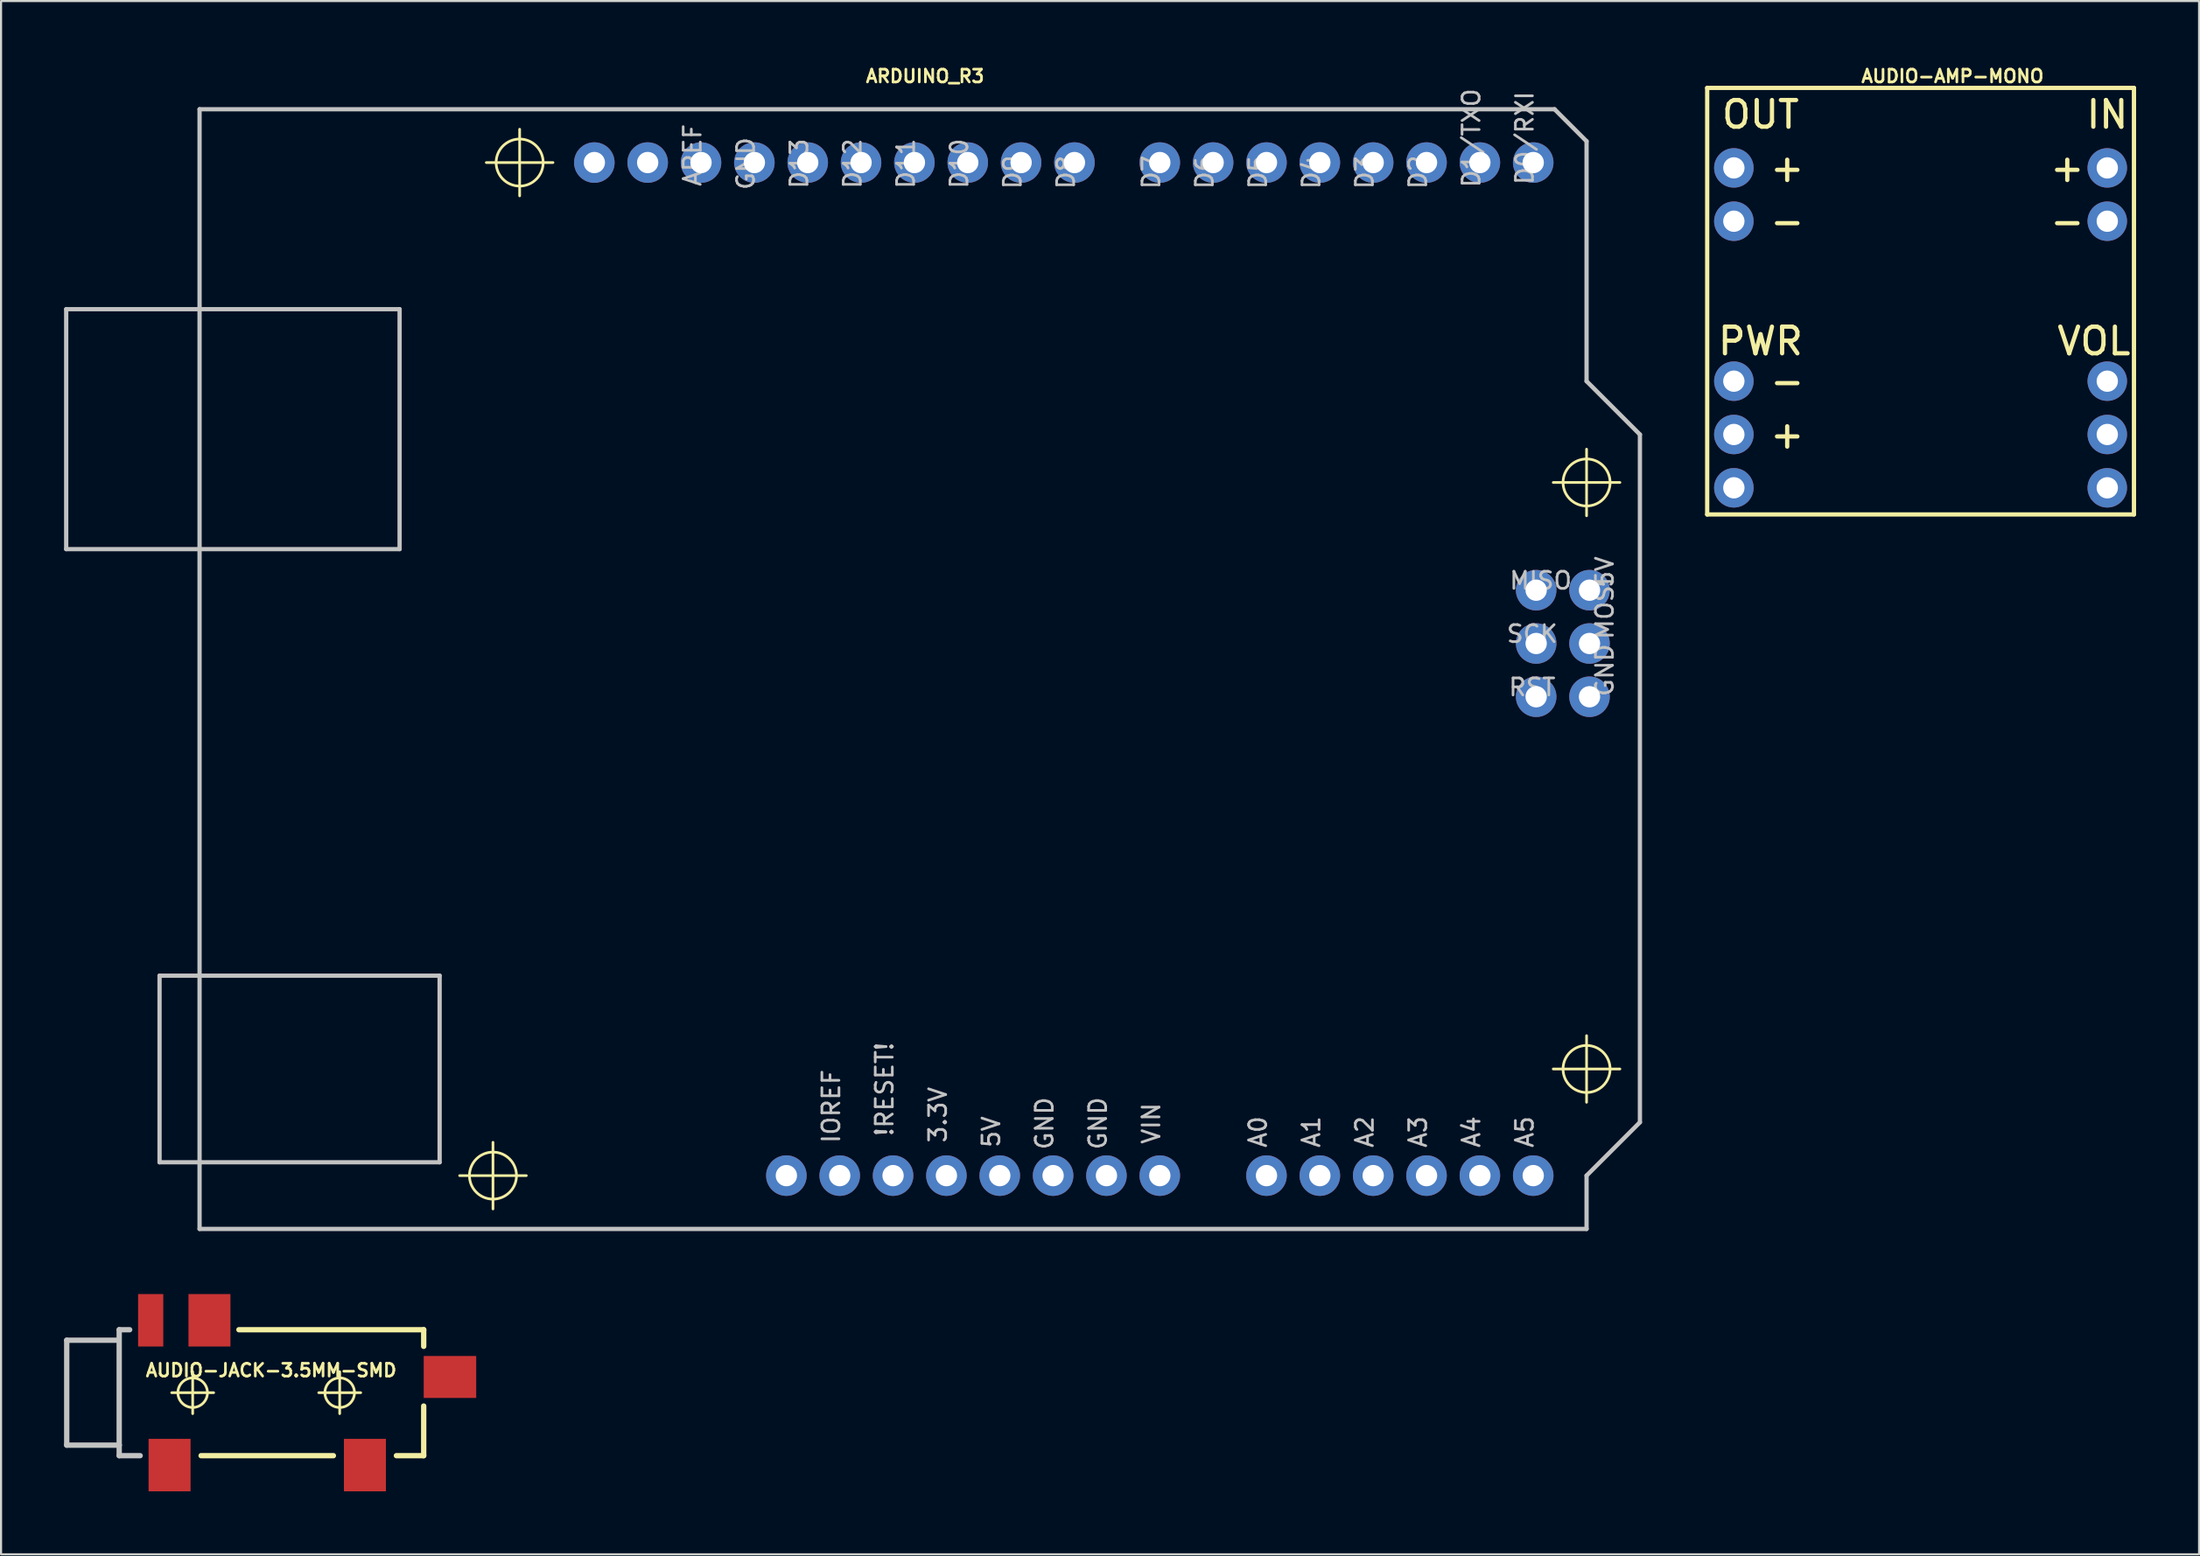
<source format=kicad_pcb>
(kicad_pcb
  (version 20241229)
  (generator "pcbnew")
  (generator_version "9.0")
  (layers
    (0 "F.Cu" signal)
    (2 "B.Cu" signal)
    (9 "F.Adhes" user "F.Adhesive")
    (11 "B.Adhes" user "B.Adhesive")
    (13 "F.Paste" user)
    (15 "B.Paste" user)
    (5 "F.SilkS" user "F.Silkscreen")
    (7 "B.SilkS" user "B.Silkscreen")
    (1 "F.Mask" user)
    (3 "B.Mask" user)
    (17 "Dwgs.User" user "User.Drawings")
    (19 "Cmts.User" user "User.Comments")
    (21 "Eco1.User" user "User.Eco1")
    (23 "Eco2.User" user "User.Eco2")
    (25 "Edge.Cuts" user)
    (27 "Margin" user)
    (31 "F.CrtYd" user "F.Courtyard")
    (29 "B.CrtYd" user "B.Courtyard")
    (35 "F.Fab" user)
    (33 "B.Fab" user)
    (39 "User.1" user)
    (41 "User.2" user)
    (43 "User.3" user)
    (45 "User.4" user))
  (footprint "AUDIO-JACK-3.5MM-SMD"
    (layer "F.Cu")
    (at 2.626 63.295)
    (property "Reference" "AUDIO-JACK-3.5MM-SMD" (at 7.236 -1.067 0) (layer "F.SilkS") (effects (font (size 0.61 0.61) (thickness 0.127))))
    (attr smd)
    (fp_line (start 2.499 0) (end 4.498 0) (stroke (width 0.127) (type solid)) (layer "F.SilkS"))
    (fp_line (start 3.498 0.998) (end 3.498 -0.998) (stroke (width 0.127) (type solid)) (layer "F.SilkS"))
    (fp_line (start 3.899 3) (end 10.198 3) (stroke (width 0.254) (type solid)) (layer "F.SilkS"))
    (fp_line (start 9.5 0) (end 11.499 0) (stroke (width 0.127) (type solid)) (layer "F.SilkS"))
    (fp_line (start 10.498 0.998) (end 10.498 -0.998) (stroke (width 0.127) (type solid)) (layer "F.SilkS"))
    (fp_line (start 14.498 -3) (end 5.7 -3) (stroke (width 0.254) (type solid)) (layer "F.SilkS"))
    (fp_line (start 14.498 -2.207) (end 14.498 -3) (stroke (width 0.254) (type solid)) (layer "F.SilkS"))
    (fp_line (start 14.498 0.635) (end 14.498 3) (stroke (width 0.254) (type solid)) (layer "F.SilkS"))
    (fp_line (start 14.498 3) (end 13.198 3) (stroke (width 0.254) (type solid)) (layer "F.SilkS"))
    (fp_circle (center 3.498 0) (end 3.995 0.498) (stroke (width 0.127) (type solid)) (fill no) (layer "F.SilkS"))
    (fp_circle (center 10.498 0) (end 10.996 0.498) (stroke (width 0.127) (type solid)) (fill no) (layer "F.SilkS"))
    (fp_line (start -2.499 -2.499) (end -2.499 2.499) (stroke (width 0.254) (type solid)) (layer "Dwgs.User"))
    (fp_line (start -2.499 2.499) (end 0 2.499) (stroke (width 0.254) (type solid)) (layer "Dwgs.User"))
    (fp_line (start -0.152 -2.499) (end -2.499 -2.499) (stroke (width 0.254) (type solid)) (layer "Dwgs.User"))
    (fp_line (start 0 -3) (end 0 2.499) (stroke (width 0.254) (type solid)) (layer "Dwgs.User"))
    (fp_line (start 0 2.499) (end 0 3) (stroke (width 0.254) (type solid)) (layer "Dwgs.User"))
    (fp_line (start 0 3) (end 0.998 3) (stroke (width 0.254) (type solid)) (layer "Dwgs.User"))
    (fp_line (start 0.498 -3) (end 0 -3) (stroke (width 0.254) (type solid)) (layer "Dwgs.User"))
    (pad "RING" smd rect (at 4.298 -3.449) (size 1.999 2.499) (layers "F.Cu" "F.Mask" "F.Paste"))
    (pad "RSH" smd rect (at 1.499 -3.449 180) (size 1.199 2.499) (layers "F.Cu" "F.Mask" "F.Paste"))
    (pad "SLEE" smd rect (at 2.398 3.449) (size 1.999 2.499) (layers "F.Cu" "F.Mask" "F.Paste"))
    (pad "TIP" smd rect (at 11.699 3.449) (size 1.999 2.499) (layers "F.Cu" "F.Mask" "F.Paste"))
    (pad "TSH" smd rect (at 15.748 -0.749 90) (size 1.999 2.499) (layers "F.Cu" "F.Mask" "F.Paste")))
  (footprint "AUDIO-AMP-MONO"
    (layer "F.Cu")
    (at 88.395 11.298)
    (property "Reference" "AUDIO-AMP-MONO" (at 1.524 -10.719 0) (layer "F.SilkS") (effects (font (size 0.61 0.61) (thickness 0.127))))
    (attr exclude_from_pos_files exclude_from_bom)
    (fp_line (start -10.16 -10.16) (end 10.16 -10.16) (stroke (width 0.203) (type solid)) (layer "F.SilkS"))
    (fp_line (start -10.16 10.16) (end -10.16 -10.16) (stroke (width 0.203) (type solid)) (layer "F.SilkS"))
    (fp_line (start 10.16 -10.16) (end 10.16 10.16) (stroke (width 0.203) (type solid)) (layer "F.SilkS"))
    (fp_line (start 10.16 10.16) (end -10.16 10.16) (stroke (width 0.203) (type solid)) (layer "F.SilkS"))
    (fp_text user "PWR" (at -7.62 1.905 0) (layer "F.SilkS") (effects (font (size 1.27 1.27) (thickness 0.203))))
    (fp_text user "-" (at -6.35 3.81 0) (layer "F.SilkS") (effects (font (size 1.27 1.27) (thickness 0.203))))
    (fp_text user "-" (at -6.35 -3.81 0) (layer "F.SilkS") (effects (font (size 1.27 1.27) (thickness 0.203))))
    (fp_text user "+" (at -6.35 6.35 0) (layer "F.SilkS") (effects (font (size 1.27 1.27) (thickness 0.203))))
    (fp_text user "IN" (at 8.89 -8.89 0) (layer "F.SilkS") (effects (font (size 1.27 1.27) (thickness 0.203))))
    (fp_text user "+" (at 6.985 -6.35 0) (layer "F.SilkS") (effects (font (size 1.27 1.27) (thickness 0.203))))
    (fp_text user "-" (at 6.985 -3.81 0) (layer "F.SilkS") (effects (font (size 1.27 1.27) (thickness 0.203))))
    (fp_text user "OUT" (at -7.62 -8.89 0) (layer "F.SilkS") (effects (font (size 1.27 1.27) (thickness 0.203))))
    (fp_text user "+" (at -6.35 -6.35 0) (layer "F.SilkS") (effects (font (size 1.27 1.27) (thickness 0.203))))
    (fp_text user "VOL" (at 8.255 1.905 0) (layer "F.SilkS") (effects (font (size 1.27 1.27) (thickness 0.203))))
    (pad "IN+" thru_hole circle (at 8.89 -6.35) (size 1.88 1.88) (drill 1.016) (layers "*.Cu" "*.Paste" "*.Mask"))
    (pad "IN-" thru_hole circle (at 8.89 -3.81) (size 1.88 1.88) (drill 1.016) (layers "*.Cu" "*.Paste" "*.Mask"))
    (pad "OUT+" thru_hole circle (at -8.89 -6.35) (size 1.88 1.88) (drill 1.016) (layers "*.Cu" "*.Paste" "*.Mask"))
    (pad "OUT-" thru_hole circle (at -8.89 -3.81) (size 1.88 1.88) (drill 1.016) (layers "*.Cu" "*.Paste" "*.Mask"))
    (pad "PWR+" thru_hole circle (at -8.89 6.35) (size 1.88 1.88) (drill 1.016) (layers "*.Cu" "*.Paste" "*.Mask"))
    (pad "PWR-" thru_hole circle (at -8.89 3.81) (size 1.88 1.88) (drill 1.016) (layers "*.Cu" "*.Paste" "*.Mask"))
    (pad "S" thru_hole circle (at -8.89 8.89) (size 1.88 1.88) (drill 1.016) (layers "*.Cu" "*.Paste" "*.Mask"))
    (pad "VOL" thru_hole circle (at 8.89 6.35) (size 1.88 1.88) (drill 1.016) (layers "*.Cu" "*.Paste" "*.Mask"))
    (pad "VOL+" thru_hole circle (at 8.89 8.89) (size 1.88 1.88) (drill 1.016) (layers "*.Cu" "*.Paste" "*.Mask"))
    (pad "VOL-" thru_hole circle (at 8.89 3.81) (size 1.88 1.88) (drill 1.016) (layers "*.Cu" "*.Paste" "*.Mask")))
  (footprint "ARDUINO_R3"
    (layer "F.Cu")
    (at 39.472 28.824)
    (property "Reference" "ARDUINO_R3" (at 1.524 -28.245 0) (layer "F.SilkS") (effects (font (size 0.61 0.61) (thickness 0.127))))
    (attr exclude_from_pos_files exclude_from_bom)
    (fp_line (start -20.637 24.13) (end -17.462 24.13) (stroke (width 0.127) (type solid)) (layer "F.SilkS"))
    (fp_line (start -19.367 -24.13) (end -16.192 -24.13) (stroke (width 0.127) (type solid)) (layer "F.SilkS"))
    (fp_line (start -19.05 25.718) (end -19.05 22.543) (stroke (width 0.127) (type solid)) (layer "F.SilkS"))
    (fp_line (start -17.78 -22.543) (end -17.78 -25.718) (stroke (width 0.127) (type solid)) (layer "F.SilkS"))
    (fp_line (start 31.433 -8.89) (end 34.608 -8.89) (stroke (width 0.127) (type solid)) (layer "F.SilkS"))
    (fp_line (start 31.433 19.05) (end 34.608 19.05) (stroke (width 0.127) (type solid)) (layer "F.SilkS"))
    (fp_line (start 33.02 -7.303) (end 33.02 -10.477) (stroke (width 0.127) (type solid)) (layer "F.SilkS"))
    (fp_line (start 33.02 20.637) (end 33.02 17.462) (stroke (width 0.127) (type solid)) (layer "F.SilkS"))
    (fp_circle (center -19.05 24.13) (end -19.842 24.922) (stroke (width 0.127) (type solid)) (fill no) (layer "F.SilkS"))
    (fp_circle (center -17.78 -24.13) (end -18.572 -24.922) (stroke (width 0.127) (type solid)) (fill no) (layer "F.SilkS"))
    (fp_circle (center 33.02 -8.89) (end 33.812 -9.682) (stroke (width 0.127) (type solid)) (fill no) (layer "F.SilkS"))
    (fp_circle (center 33.02 19.05) (end 33.812 19.842) (stroke (width 0.127) (type solid)) (fill no) (layer "F.SilkS"))
    (fp_line (start -39.37 -17.145) (end -23.495 -17.145) (stroke (width 0.203) (type solid)) (layer "Dwgs.User"))
    (fp_line (start -39.37 -5.715) (end -39.37 -17.145) (stroke (width 0.203) (type solid)) (layer "Dwgs.User"))
    (fp_line (start -34.925 14.605) (end -21.59 14.605) (stroke (width 0.203) (type solid)) (layer "Dwgs.User"))
    (fp_line (start -34.925 23.495) (end -34.925 14.605) (stroke (width 0.203) (type solid)) (layer "Dwgs.User"))
    (fp_line (start -33.02 -26.67) (end 31.496 -26.67) (stroke (width 0.203) (type solid)) (layer "Dwgs.User"))
    (fp_line (start -33.02 26.67) (end -33.02 -26.67) (stroke (width 0.203) (type solid)) (layer "Dwgs.User"))
    (fp_line (start -23.495 -17.145) (end -23.495 -5.715) (stroke (width 0.203) (type solid)) (layer "Dwgs.User"))
    (fp_line (start -23.495 -5.715) (end -39.37 -5.715) (stroke (width 0.203) (type solid)) (layer "Dwgs.User"))
    (fp_line (start -21.59 14.605) (end -21.59 23.495) (stroke (width 0.203) (type solid)) (layer "Dwgs.User"))
    (fp_line (start -21.59 23.495) (end -34.925 23.495) (stroke (width 0.203) (type solid)) (layer "Dwgs.User"))
    (fp_line (start 31.496 -26.67) (end 33.02 -25.146) (stroke (width 0.203) (type solid)) (layer "Dwgs.User"))
    (fp_line (start 33.02 -25.146) (end 33.02 -13.716) (stroke (width 0.203) (type solid)) (layer "Dwgs.User"))
    (fp_line (start 33.02 -13.716) (end 35.56 -11.176) (stroke (width 0.203) (type solid)) (layer "Dwgs.User"))
    (fp_line (start 33.02 24.13) (end 33.02 26.67) (stroke (width 0.203) (type solid)) (layer "Dwgs.User"))
    (fp_line (start 33.02 26.67) (end -33.02 26.67) (stroke (width 0.203) (type solid)) (layer "Dwgs.User"))
    (fp_line (start 35.56 -11.176) (end 35.56 21.59) (stroke (width 0.203) (type solid)) (layer "Dwgs.User"))
    (fp_line (start 35.56 21.59) (end 33.02 24.13) (stroke (width 0.203) (type solid)) (layer "Dwgs.User"))
    (fp_text user "A4" (at 27.534 22.047 90) (layer "Dwgs.User") (effects (font (size 0.813 0.813) (thickness 0.127))))
    (fp_text user "D5" (at 17.374 -23.673 90) (layer "Dwgs.User") (effects (font (size 0.813 0.813) (thickness 0.127))))
    (fp_text user "A0" (at 17.374 22.047 90) (layer "Dwgs.User") (effects (font (size 0.813 0.813) (thickness 0.127))))
    (fp_text user "A3" (at 24.994 22.047 90) (layer "Dwgs.User") (effects (font (size 0.813 0.813) (thickness 0.127))))
    (fp_text user "A2" (at 22.454 22.047 90) (layer "Dwgs.User") (effects (font (size 0.813 0.813) (thickness 0.127))))
    (fp_text user "RST" (at 30.429 0.864 0) (layer "Dwgs.User") (effects (font (size 0.813 0.813) (thickness 0.127))))
    (fp_text user "SCK" (at 30.429 -1.676 0) (layer "Dwgs.User") (effects (font (size 0.813 0.813) (thickness 0.127))))
    (fp_text user "5V" (at 4.674 22.047 90) (layer "Dwgs.User") (effects (font (size 0.813 0.813) (thickness 0.127))))
    (fp_text user "3.3V" (at 2.134 21.234 90) (layer "Dwgs.User") (effects (font (size 0.813 0.813) (thickness 0.127))))
    (fp_text user "A1" (at 19.914 22.047 90) (layer "Dwgs.User") (effects (font (size 0.813 0.813) (thickness 0.127))))
    (fp_text user "GND" (at -7.01 -24.079 90) (layer "Dwgs.User") (effects (font (size 0.813 0.813) (thickness 0.127))))
    (fp_text user "IOREF" (at -2.946 20.828 90) (layer "Dwgs.User") (effects (font (size 0.813 0.813) (thickness 0.127))))
    (fp_text user "D6" (at 14.834 -23.673 90) (layer "Dwgs.User") (effects (font (size 0.813 0.813) (thickness 0.127))))
    (fp_text user "D12" (at -1.93 -24.079 90) (layer "Dwgs.User") (effects (font (size 0.813 0.813) (thickness 0.127))))
    (fp_text user "D10" (at 3.15 -24.079 90) (layer "Dwgs.User") (effects (font (size 0.813 0.813) (thickness 0.127))))
    (fp_text user "A5" (at 30.074 22.047 90) (layer "Dwgs.User") (effects (font (size 0.813 0.813) (thickness 0.127))))
    (fp_text user "!RESET!" (at -0.406 20.015 90) (layer "Dwgs.User") (effects (font (size 0.813 0.813) (thickness 0.127))))
    (fp_text user "D9" (at 5.69 -23.673 90) (layer "Dwgs.User") (effects (font (size 0.813 0.813) (thickness 0.127))))
    (fp_text user "AREF" (at -9.55 -24.486 90) (layer "Dwgs.User") (effects (font (size 0.813 0.813) (thickness 0.127))))
    (fp_text user "D4" (at 19.914 -23.673 90) (layer "Dwgs.User") (effects (font (size 0.813 0.813) (thickness 0.127))))
    (fp_text user "5V" (at 33.884 -4.623 90) (layer "Dwgs.User") (effects (font (size 0.813 0.813) (thickness 0.127))))
    (fp_text user "D1/TXO" (at 27.534 -25.298 90) (layer "Dwgs.User") (effects (font (size 0.813 0.813) (thickness 0.127))))
    (fp_text user "D11" (at 0.61 -24.079 90) (layer "Dwgs.User") (effects (font (size 0.813 0.813) (thickness 0.127))))
    (fp_text user "D3" (at 22.454 -23.673 90) (layer "Dwgs.User") (effects (font (size 0.813 0.813) (thickness 0.127))))
    (fp_text user "D2" (at 24.994 -23.673 90) (layer "Dwgs.User") (effects (font (size 0.813 0.813) (thickness 0.127))))
    (fp_text user "D13" (at -4.47 -24.079 90) (layer "Dwgs.User") (effects (font (size 0.813 0.813) (thickness 0.127))))
    (fp_text user "D0/RXI" (at 30.074 -25.298 90) (layer "Dwgs.User") (effects (font (size 0.813 0.813) (thickness 0.127))))
    (fp_text user "GND" (at 9.754 21.641 90) (layer "Dwgs.User") (effects (font (size 0.813 0.813) (thickness 0.127))))
    (fp_text user "GND" (at 33.884 0.051 90) (layer "Dwgs.User") (effects (font (size 0.813 0.813) (thickness 0.127))))
    (fp_text user "VIN" (at 12.294 21.641 90) (layer "Dwgs.User") (effects (font (size 0.813 0.813) (thickness 0.127))))
    (fp_text user "MOSI" (at 33.884 -2.896 90) (layer "Dwgs.User") (effects (font (size 0.813 0.813) (thickness 0.127))))
    (fp_text user "D7" (at 12.294 -23.673 90) (layer "Dwgs.User") (effects (font (size 0.813 0.813) (thickness 0.127))))
    (fp_text user "MISO" (at 30.836 -4.216 0) (layer "Dwgs.User") (effects (font (size 0.813 0.813) (thickness 0.127))))
    (fp_text user "D8" (at 8.23 -23.673 90) (layer "Dwgs.User") (effects (font (size 0.813 0.813) (thickness 0.127))))
    (fp_text user "GND" (at 7.211 21.641 90) (layer "Dwgs.User") (effects (font (size 0.813 0.813) (thickness 0.127))))
    (pad "3.3V" thru_hole circle (at 2.54 24.13) (size 1.93 1.93) (drill 1.016) (layers "*.Cu" "*.Paste" "*.Mask"))
    (pad "5V" thru_hole circle (at 5.08 24.13) (size 1.93 1.93) (drill 1.016) (layers "*.Cu" "*.Paste" "*.Mask"))
    (pad "A0" thru_hole circle (at 17.78 24.13) (size 1.93 1.93) (drill 1.016) (layers "*.Cu" "*.Paste" "*.Mask"))
    (pad "A1" thru_hole circle (at 20.32 24.13) (size 1.93 1.93) (drill 1.016) (layers "*.Cu" "*.Paste" "*.Mask"))
    (pad "A2" thru_hole circle (at 22.86 24.13) (size 1.93 1.93) (drill 1.016) (layers "*.Cu" "*.Paste" "*.Mask"))
    (pad "A3" thru_hole circle (at 25.4 24.13) (size 1.93 1.93) (drill 1.016) (layers "*.Cu" "*.Paste" "*.Mask"))
    (pad "A4" thru_hole circle (at 27.94 24.13) (size 1.93 1.93) (drill 1.016) (layers "*.Cu" "*.Paste" "*.Mask"))
    (pad "A5" thru_hole circle (at 30.48 24.13) (size 1.93 1.93) (drill 1.016) (layers "*.Cu" "*.Paste" "*.Mask"))
    (pad "AREF" thru_hole circle (at -9.144 -24.13) (size 1.93 1.93) (drill 1.016) (layers "*.Cu" "*.Paste" "*.Mask"))
    (pad "D0" thru_hole circle (at 30.48 -24.13) (size 1.93 1.93) (drill 1.016) (layers "*.Cu" "*.Paste" "*.Mask"))
    (pad "D1" thru_hole circle (at 27.94 -24.13) (size 1.93 1.93) (drill 1.016) (layers "*.Cu" "*.Paste" "*.Mask"))
    (pad "D2" thru_hole circle (at 25.4 -24.13) (size 1.93 1.93) (drill 1.016) (layers "*.Cu" "*.Paste" "*.Mask"))
    (pad "D3" thru_hole circle (at 22.86 -24.13) (size 1.93 1.93) (drill 1.016) (layers "*.Cu" "*.Paste" "*.Mask"))
    (pad "D4" thru_hole circle (at 20.32 -24.13) (size 1.93 1.93) (drill 1.016) (layers "*.Cu" "*.Paste" "*.Mask"))
    (pad "D5" thru_hole circle (at 17.78 -24.13) (size 1.93 1.93) (drill 1.016) (layers "*.Cu" "*.Paste" "*.Mask"))
    (pad "D6" thru_hole circle (at 15.24 -24.13) (size 1.93 1.93) (drill 1.016) (layers "*.Cu" "*.Paste" "*.Mask"))
    (pad "D7" thru_hole circle (at 12.7 -24.13) (size 1.93 1.93) (drill 1.016) (layers "*.Cu" "*.Paste" "*.Mask"))
    (pad "D8" thru_hole circle (at 8.636 -24.13) (size 1.93 1.93) (drill 1.016) (layers "*.Cu" "*.Paste" "*.Mask"))
    (pad "D9" thru_hole circle (at 6.096 -24.13) (size 1.93 1.93) (drill 1.016) (layers "*.Cu" "*.Paste" "*.Mask"))
    (pad "D10" thru_hole circle (at 3.556 -24.13) (size 1.93 1.93) (drill 1.016) (layers "*.Cu" "*.Paste" "*.Mask"))
    (pad "D11" thru_hole circle (at 1.016 -24.13) (size 1.93 1.93) (drill 1.016) (layers "*.Cu" "*.Paste" "*.Mask"))
    (pad "D12" thru_hole circle (at -1.524 -24.13) (size 1.93 1.93) (drill 1.016) (layers "*.Cu" "*.Paste" "*.Mask"))
    (pad "D13" thru_hole circle (at -4.064 -24.13) (size 1.93 1.93) (drill 1.016) (layers "*.Cu" "*.Paste" "*.Mask"))
    (pad "GND@" thru_hole circle (at -6.604 -24.13) (size 1.93 1.93) (drill 1.016) (layers "*.Cu" "*.Paste" "*.Mask"))
    (pad "GND@" thru_hole circle (at 7.62 24.13) (size 1.93 1.93) (drill 1.016) (layers "*.Cu" "*.Paste" "*.Mask"))
    (pad "GND@" thru_hole circle (at 10.16 24.13) (size 1.93 1.93) (drill 1.016) (layers "*.Cu" "*.Paste" "*.Mask"))
    (pad "GND@" thru_hole circle (at 33.16 1.318) (size 1.93 1.93) (drill 1.016) (layers "*.Cu" "*.Paste" "*.Mask"))
    (pad "IORE" thru_hole circle (at -2.54 24.13) (size 1.93 1.93) (drill 1.016) (layers "*.Cu" "*.Paste" "*.Mask"))
    (pad "MISO" thru_hole circle (at 30.62 -3.759) (size 1.93 1.93) (drill 1.016) (layers "*.Cu" "*.Paste" "*.Mask"))
    (pad "MOSI" thru_hole circle (at 33.16 -1.219) (size 1.93 1.93) (drill 1.016) (layers "*.Cu" "*.Paste" "*.Mask"))
    (pad "NC" thru_hole circle (at -5.08 24.13) (size 1.93 1.93) (drill 1.016) (layers "*.Cu" "*.Paste" "*.Mask"))
    (pad "RESE" thru_hole circle (at 0 24.13) (size 1.93 1.93) (drill 1.016) (layers "*.Cu" "*.Paste" "*.Mask"))
    (pad "RESE" thru_hole circle (at 30.62 1.318) (size 1.93 1.93) (drill 1.016) (layers "*.Cu" "*.Paste" "*.Mask"))
    (pad "SCK" thru_hole circle (at 30.62 -1.219) (size 1.93 1.93) (drill 1.016) (layers "*.Cu" "*.Paste" "*.Mask"))
    (pad "SCL" thru_hole circle (at -14.224 -24.13) (size 1.93 1.93) (drill 1.016) (layers "*.Cu" "*.Paste" "*.Mask"))
    (pad "SDA" thru_hole circle (at -11.684 -24.13) (size 1.93 1.93) (drill 1.016) (layers "*.Cu" "*.Paste" "*.Mask"))
    (pad "VCC" thru_hole circle (at 33.16 -3.759) (size 1.93 1.93) (drill 1.016) (layers "*.Cu" "*.Paste" "*.Mask"))
    (pad "VIN" thru_hole circle (at 12.7 24.13) (size 1.93 1.93) (drill 1.016) (layers "*.Cu" "*.Paste" "*.Mask")))
  (gr_rect
    (start -3 -3)
    (end 101.656 70.994)
    (stroke (width 0.1) (type default))
    (fill no)
    (layer "Edge.Cuts")))
</source>
